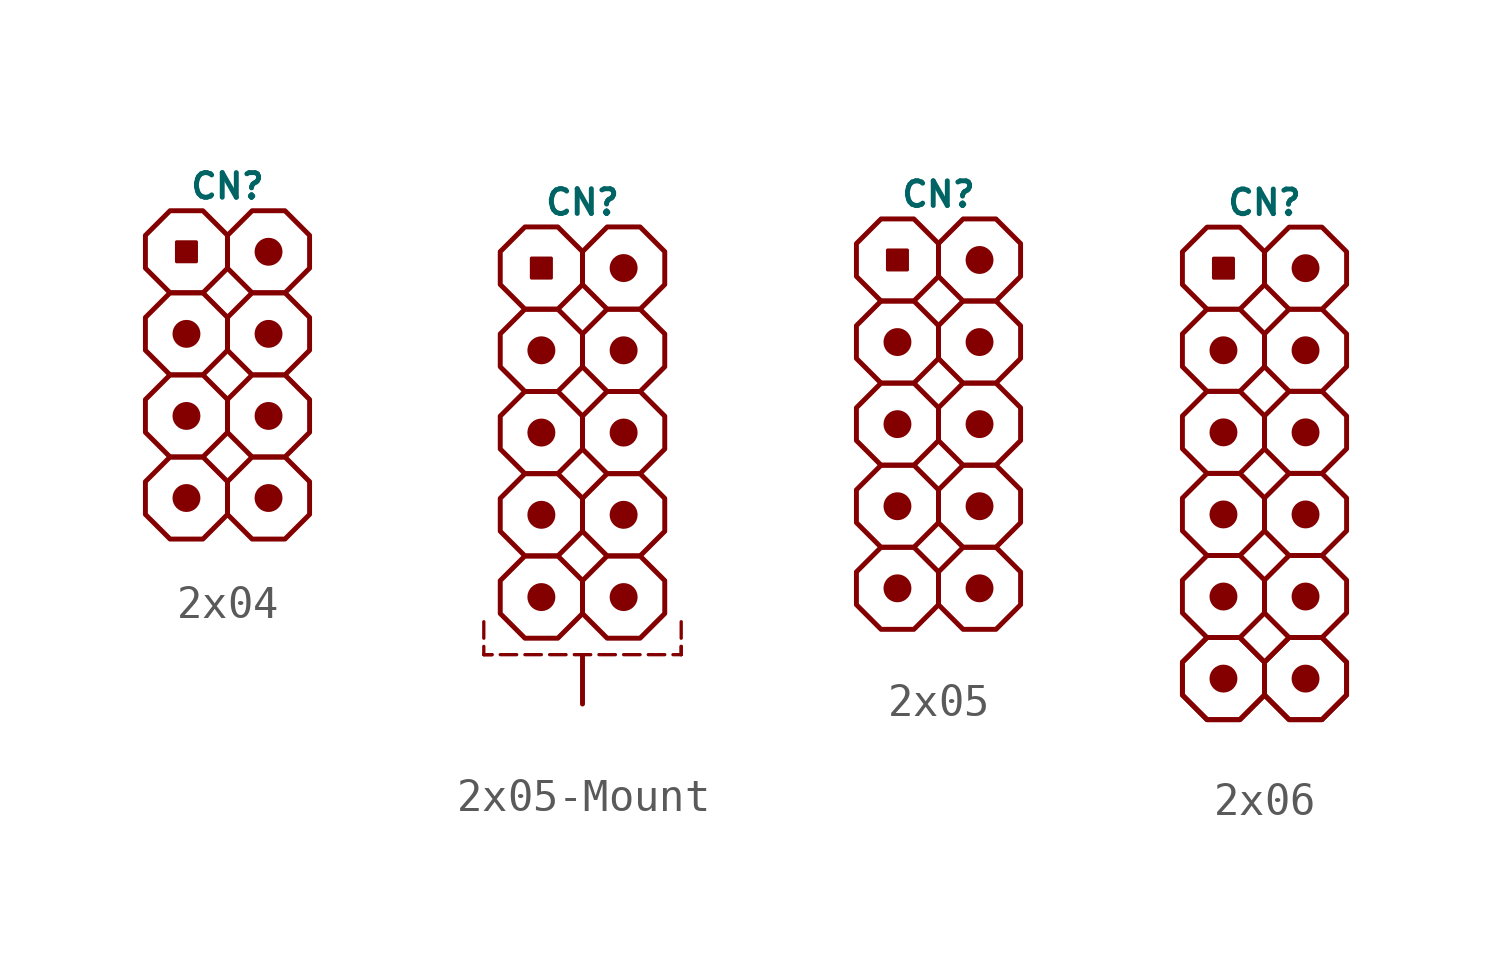
<source format=kicad_sym>
(kicad_symbol_lib
  (version 20220914)
  (generator kicad_symbol_editor)
  (symbol "2x04"
    (pin_numbers hide)
    (pin_names
      (offset 0) hide)
    (property "Reference" "CN"
      (at 0 5.842 0)
      (effects (font (size 0.762 0.762))))
    (symbol "2x04_0_1"
      (rectangle (start -1.575 4.115) (end -0.965 3.505) (stroke (width 0.102) (type solid)) (fill (type outline)))
      (circle (center -1.27 -3.81) (radius 0.356) (stroke (width 0) (type solid)) (fill (type outline)))
      (circle (center -1.27 -1.27) (radius 0.356) (stroke (width 0) (type solid)) (fill (type outline)))
      (circle (center -1.27 1.27) (radius 0.356) (stroke (width 0) (type solid)) (fill (type outline)))
      (polyline (pts (xy -1.27 -5.08) (xy -1.778 -5.08) (xy -2.54 -4.318) (xy -2.54 -3.302) (xy -1.778 -2.54) (xy -0.762 -2.54) (xy 0 -3.302) (xy 0 -4.318) (xy -0.762 -5.08) (xy -1.27 -5.08)) (stroke (width 0) (type solid)) (fill (type none)))
      (polyline (pts (xy -1.27 -2.54) (xy -1.778 -2.54) (xy -2.54 -1.778) (xy -2.54 -0.762) (xy -1.778 0) (xy -0.762 0) (xy 0 -0.762) (xy 0 -1.778) (xy -0.762 -2.54) (xy -1.27 -2.54)) (stroke (width 0) (type solid)) (fill (type none)))
      (polyline (pts (xy -1.27 0) (xy -1.778 0) (xy -2.54 0.762) (xy -2.54 1.778) (xy -1.778 2.54) (xy -0.762 2.54) (xy 0 1.778) (xy 0 0.762) (xy -0.762 0) (xy -1.27 0)) (stroke (width 0) (type solid)) (fill (type none)))
      (polyline (pts (xy -1.27 2.54) (xy -1.778 2.54) (xy -2.54 3.302) (xy -2.54 4.318) (xy -1.778 5.08) (xy -0.762 5.08) (xy 0 4.318) (xy 0 3.302) (xy -0.762 2.54) (xy -1.27 2.54)) (stroke (width 0) (type solid)) (fill (type none)))
      (polyline (pts (xy 1.27 -5.08) (xy 0.762 -5.08) (xy 0 -4.318) (xy 0 -3.302) (xy 0.762 -2.54) (xy 1.778 -2.54) (xy 2.54 -3.302) (xy 2.54 -4.318) (xy 1.778 -5.08) (xy 1.27 -5.08)) (stroke (width 0) (type solid)) (fill (type none)))
      (polyline (pts (xy 1.27 -2.54) (xy 0.762 -2.54) (xy 0 -1.778) (xy 0 -0.762) (xy 0.762 0) (xy 1.778 0) (xy 2.54 -0.762) (xy 2.54 -1.778) (xy 1.778 -2.54) (xy 1.27 -2.54)) (stroke (width 0) (type solid)) (fill (type none)))
      (polyline (pts (xy 1.27 0) (xy 0.762 0) (xy 0 0.762) (xy 0 1.778) (xy 0.762 2.54) (xy 1.778 2.54) (xy 2.54 1.778) (xy 2.54 0.762) (xy 1.778 0) (xy 1.27 0)) (stroke (width 0) (type solid)) (fill (type none)))
      (polyline (pts (xy 1.27 2.54) (xy 0.762 2.54) (xy 0 3.302) (xy 0 4.318) (xy 0.762 5.08) (xy 1.778 5.08) (xy 2.54 4.318) (xy 2.54 3.302) (xy 1.778 2.54) (xy 1.27 2.54)) (stroke (width 0) (type solid)) (fill (type none)))
      (circle (center 1.27 -3.81) (radius 0.356) (stroke (width 0) (type solid)) (fill (type outline)))
      (circle (center 1.27 -1.27) (radius 0.356) (stroke (width 0) (type solid)) (fill (type outline)))
      (circle (center 1.27 1.27) (radius 0.356) (stroke (width 0) (type solid)) (fill (type outline)))
      (circle (center 1.27 3.81) (radius 0.356) (stroke (width 0) (type solid)) (fill (type outline))))
    (symbol "2x04_1_1"
      (pin passive line (at -1.27 3.81 0) (length 0) (name "1" (effects (font (size 0.889 0.889)))) (number "1" (effects (font (size 0.889 0.889)))))
      (pin passive line (at 1.27 3.81 180) (length 0) (name "2" (effects (font (size 0.889 0.889)))) (number "2" (effects (font (size 0.889 0.889)))))
      (pin passive line (at -1.27 1.27 0) (length 0) (name "3" (effects (font (size 0.889 0.889)))) (number "3" (effects (font (size 0.889 0.889)))))
      (pin passive line (at 1.27 1.27 180) (length 0) (name "4" (effects (font (size 0.889 0.889)))) (number "4" (effects (font (size 0.889 0.889)))))
      (pin passive line (at -1.27 -1.27 0) (length 0) (name "5" (effects (font (size 0.889 0.889)))) (number "5" (effects (font (size 0.889 0.889)))))
      (pin passive line (at 1.27 -1.27 180) (length 0) (name "6" (effects (font (size 0.889 0.889)))) (number "6" (effects (font (size 0.889 0.889)))))
      (pin passive line (at -1.27 -3.81 0) (length 0) (name "7" (effects (font (size 0.889 0.889)))) (number "7" (effects (font (size 0.889 0.889)))))
      (pin passive line (at 1.27 -3.81 180) (length 0) (name "8" (effects (font (size 0.889 0.889)))) (number "8" (effects (font (size 0.889 0.889)))))))
  (symbol "2x05-Mount"
    (pin_numbers hide)
    (pin_names
      (offset 0) hide)
    (property "Reference" "CN"
      (at 0 7.112 0)
      (effects (font (size 0.762 0.762))))
    (symbol "2x05-Mount_0_1"
      (rectangle (start -1.575 5.385) (end -0.965 4.775) (stroke (width 0.102) (type solid)) (fill (type outline)))
      (circle (center -1.27 -5.08) (radius 0.356) (stroke (width 0) (type solid)) (fill (type outline)))
      (circle (center -1.27 -2.54) (radius 0.356) (stroke (width 0) (type solid)) (fill (type outline)))
      (circle (center -1.27 0) (radius 0.356) (stroke (width 0) (type solid)) (fill (type outline)))
      (circle (center -1.27 2.54) (radius 0.356) (stroke (width 0) (type solid)) (fill (type outline)))
      (polyline (pts (xy -1.27 -6.35) (xy -1.778 -6.35) (xy -2.54 -5.588) (xy -2.54 -4.572) (xy -1.778 -3.81) (xy -0.762 -3.81) (xy 0 -4.572) (xy 0 -5.588) (xy -0.762 -6.35) (xy -1.27 -6.35)) (stroke (width 0) (type solid)) (fill (type none)))
      (polyline (pts (xy -1.27 -3.81) (xy -1.778 -3.81) (xy -2.54 -3.048) (xy -2.54 -2.032) (xy -1.778 -1.27) (xy -0.762 -1.27) (xy 0 -2.032) (xy 0 -3.048) (xy -0.762 -3.81) (xy -1.27 -3.81)) (stroke (width 0) (type solid)) (fill (type none)))
      (polyline (pts (xy -1.27 -1.27) (xy -1.778 -1.27) (xy -2.54 -0.508) (xy -2.54 0.508) (xy -1.778 1.27) (xy -0.762 1.27) (xy 0 0.508) (xy 0 -0.508) (xy -0.762 -1.27) (xy -1.27 -1.27)) (stroke (width 0) (type solid)) (fill (type none)))
      (polyline (pts (xy -1.27 1.27) (xy -1.778 1.27) (xy -2.54 2.032) (xy -2.54 3.048) (xy -1.778 3.81) (xy -0.762 3.81) (xy 0 3.048) (xy 0 2.032) (xy -0.762 1.27) (xy -1.27 1.27)) (stroke (width 0) (type solid)) (fill (type none)))
      (polyline (pts (xy -1.27 3.81) (xy -1.778 3.81) (xy -2.54 4.572) (xy -2.54 5.588) (xy -1.778 6.35) (xy -0.762 6.35) (xy 0 5.588) (xy 0 4.572) (xy -0.762 3.81) (xy -1.27 3.81)) (stroke (width 0) (type solid)) (fill (type none)))
      (polyline (pts (xy 1.27 -6.35) (xy 0.762 -6.35) (xy 0 -5.588) (xy 0 -4.572) (xy 0.762 -3.81) (xy 1.778 -3.81) (xy 2.54 -4.572) (xy 2.54 -5.588) (xy 1.778 -6.35) (xy 1.27 -6.35)) (stroke (width 0) (type solid)) (fill (type none)))
      (polyline (pts (xy 1.27 -3.81) (xy 0.762 -3.81) (xy 0 -3.048) (xy 0 -2.032) (xy 0.762 -1.27) (xy 1.778 -1.27) (xy 2.54 -2.032) (xy 2.54 -3.048) (xy 1.778 -3.81) (xy 1.27 -3.81)) (stroke (width 0) (type solid)) (fill (type none)))
      (polyline (pts (xy 1.27 -1.27) (xy 0.762 -1.27) (xy 0 -0.508) (xy 0 0.508) (xy 0.762 1.27) (xy 1.778 1.27) (xy 2.54 0.508) (xy 2.54 -0.508) (xy 1.778 -1.27) (xy 1.27 -1.27)) (stroke (width 0) (type solid)) (fill (type none)))
      (polyline (pts (xy 1.27 1.27) (xy 0.762 1.27) (xy 0 2.032) (xy 0 3.048) (xy 0.762 3.81) (xy 1.778 3.81) (xy 2.54 3.048) (xy 2.54 2.032) (xy 1.778 1.27) (xy 1.27 1.27)) (stroke (width 0) (type solid)) (fill (type none)))
      (polyline (pts (xy 1.27 3.81) (xy 0.762 3.81) (xy 0 4.572) (xy 0 5.588) (xy 0.762 6.35) (xy 1.778 6.35) (xy 2.54 5.588) (xy 2.54 4.572) (xy 1.778 3.81) (xy 1.27 3.81)) (stroke (width 0) (type solid)) (fill (type none)))
      (circle (center 1.27 -5.08) (radius 0.356) (stroke (width 0) (type solid)) (fill (type outline)))
      (circle (center 1.27 -2.54) (radius 0.356) (stroke (width 0) (type solid)) (fill (type outline)))
      (circle (center 1.27 0) (radius 0.356) (stroke (width 0) (type solid)) (fill (type outline)))
      (circle (center 1.27 2.54) (radius 0.356) (stroke (width 0) (type solid)) (fill (type outline)))
      (circle (center 1.27 5.08) (radius 0.356) (stroke (width 0) (type solid)) (fill (type outline))))
    (symbol "2x05-Mount_1_1"
      (polyline (pts (xy -3.048 -6.858) (xy -3.048 -6.604)) (stroke (width 0.102) (type solid)) (fill (type none)))
      (polyline (pts (xy -3.048 -6.858) (xy -2.794 -6.858)) (stroke (width 0.102) (type solid)) (fill (type none)))
      (polyline (pts (xy -3.048 -6.858) (xy -2.794 -6.858)) (stroke (width 0.102) (type solid)) (fill (type none)))
      (polyline (pts (xy -3.048 -6.35) (xy -3.048 -5.842)) (stroke (width 0.102) (type solid)) (fill (type none)))
      (polyline (pts (xy -2.54 -6.858) (xy -2.032 -6.858)) (stroke (width 0.102) (type solid)) (fill (type none)))
      (polyline (pts (xy -1.778 -6.858) (xy -1.27 -6.858)) (stroke (width 0.102) (type solid)) (fill (type none)))
      (polyline (pts (xy -1.016 -6.858) (xy -0.508 -6.858)) (stroke (width 0.102) (type solid)) (fill (type none)))
      (polyline (pts (xy -0.254 -6.858) (xy 0.254 -6.858)) (stroke (width 0.102) (type solid)) (fill (type none)))
      (polyline (pts (xy 0.508 -6.858) (xy 1.016 -6.858)) (stroke (width 0.102) (type solid)) (fill (type none)))
      (polyline (pts (xy 1.27 -6.858) (xy 1.778 -6.858)) (stroke (width 0.102) (type solid)) (fill (type none)))
      (polyline (pts (xy 2.032 -6.858) (xy 2.54 -6.858)) (stroke (width 0.102) (type solid)) (fill (type none)))
      (polyline (pts (xy 3.048 -6.858) (xy 2.794 -6.858)) (stroke (width 0.102) (type solid)) (fill (type none)))
      (polyline (pts (xy 3.048 -6.858) (xy 3.048 -6.604)) (stroke (width 0.102) (type solid)) (fill (type none)))
      (polyline (pts (xy 3.048 -6.858) (xy 3.048 -6.604)) (stroke (width 0.102) (type solid)) (fill (type none)))
      (polyline (pts (xy 3.048 -6.35) (xy 3.048 -5.842)) (stroke (width 0.102) (type solid)) (fill (type none)))
      (pin passive line (at 0 -8.382 90) (length 1.473) (name "0" (effects (font (size 0.762 0.762)))) (number "0" (effects (font (size 0.762 0.762)))))
      (pin passive line (at -1.27 5.08 0) (length 0) (name "1" (effects (font (size 0.889 0.889)))) (number "1" (effects (font (size 0.889 0.889)))))
      (pin passive line (at 1.27 -5.08 180) (length 0) (name "10" (effects (font (size 0.889 0.889)))) (number "10" (effects (font (size 0.889 0.889)))))
      (pin passive line (at 1.27 5.08 180) (length 0) (name "2" (effects (font (size 0.889 0.889)))) (number "2" (effects (font (size 0.889 0.889)))))
      (pin passive line (at -1.27 2.54 0) (length 0) (name "3" (effects (font (size 0.889 0.889)))) (number "3" (effects (font (size 0.889 0.889)))))
      (pin passive line (at 1.27 2.54 180) (length 0) (name "4" (effects (font (size 0.889 0.889)))) (number "4" (effects (font (size 0.889 0.889)))))
      (pin passive line (at -1.27 0 0) (length 0) (name "5" (effects (font (size 0.889 0.889)))) (number "5" (effects (font (size 0.889 0.889)))))
      (pin passive line (at 1.27 0 180) (length 0) (name "6" (effects (font (size 0.889 0.889)))) (number "6" (effects (font (size 0.889 0.889)))))
      (pin passive line (at -1.27 -2.54 0) (length 0) (name "7" (effects (font (size 0.889 0.889)))) (number "7" (effects (font (size 0.889 0.889)))))
      (pin passive line (at 1.27 -2.54 180) (length 0) (name "8" (effects (font (size 0.889 0.889)))) (number "8" (effects (font (size 0.889 0.889)))))
      (pin passive line (at -1.27 -5.08 0) (length 0) (name "9" (effects (font (size 0.889 0.889)))) (number "9" (effects (font (size 0.889 0.889)))))))
  (symbol "2x05"
    (pin_numbers hide)
    (pin_names
      (offset 0) hide)
    (property "Reference" "CN"
      (at 0 7.112 0)
      (effects (font (size 0.762 0.762))))
    (symbol "2x05_0_1"
      (rectangle (start -1.575 5.385) (end -0.965 4.775) (stroke (width 0.102) (type solid)) (fill (type outline)))
      (circle (center -1.27 -5.08) (radius 0.356) (stroke (width 0) (type solid)) (fill (type outline)))
      (circle (center -1.27 -2.54) (radius 0.356) (stroke (width 0) (type solid)) (fill (type outline)))
      (circle (center -1.27 0) (radius 0.356) (stroke (width 0) (type solid)) (fill (type outline)))
      (circle (center -1.27 2.54) (radius 0.356) (stroke (width 0) (type solid)) (fill (type outline)))
      (polyline (pts (xy -1.27 -6.35) (xy -1.778 -6.35) (xy -2.54 -5.588) (xy -2.54 -4.572) (xy -1.778 -3.81) (xy -0.762 -3.81) (xy 0 -4.572) (xy 0 -5.588) (xy -0.762 -6.35) (xy -1.27 -6.35)) (stroke (width 0) (type solid)) (fill (type none)))
      (polyline (pts (xy -1.27 -3.81) (xy -1.778 -3.81) (xy -2.54 -3.048) (xy -2.54 -2.032) (xy -1.778 -1.27) (xy -0.762 -1.27) (xy 0 -2.032) (xy 0 -3.048) (xy -0.762 -3.81) (xy -1.27 -3.81)) (stroke (width 0) (type solid)) (fill (type none)))
      (polyline (pts (xy -1.27 -1.27) (xy -1.778 -1.27) (xy -2.54 -0.508) (xy -2.54 0.508) (xy -1.778 1.27) (xy -0.762 1.27) (xy 0 0.508) (xy 0 -0.508) (xy -0.762 -1.27) (xy -1.27 -1.27)) (stroke (width 0) (type solid)) (fill (type none)))
      (polyline (pts (xy -1.27 1.27) (xy -1.778 1.27) (xy -2.54 2.032) (xy -2.54 3.048) (xy -1.778 3.81) (xy -0.762 3.81) (xy 0 3.048) (xy 0 2.032) (xy -0.762 1.27) (xy -1.27 1.27)) (stroke (width 0) (type solid)) (fill (type none)))
      (polyline (pts (xy -1.27 3.81) (xy -1.778 3.81) (xy -2.54 4.572) (xy -2.54 5.588) (xy -1.778 6.35) (xy -0.762 6.35) (xy 0 5.588) (xy 0 4.572) (xy -0.762 3.81) (xy -1.27 3.81)) (stroke (width 0) (type solid)) (fill (type none)))
      (polyline (pts (xy 1.27 -6.35) (xy 0.762 -6.35) (xy 0 -5.588) (xy 0 -4.572) (xy 0.762 -3.81) (xy 1.778 -3.81) (xy 2.54 -4.572) (xy 2.54 -5.588) (xy 1.778 -6.35) (xy 1.27 -6.35)) (stroke (width 0) (type solid)) (fill (type none)))
      (polyline (pts (xy 1.27 -3.81) (xy 0.762 -3.81) (xy 0 -3.048) (xy 0 -2.032) (xy 0.762 -1.27) (xy 1.778 -1.27) (xy 2.54 -2.032) (xy 2.54 -3.048) (xy 1.778 -3.81) (xy 1.27 -3.81)) (stroke (width 0) (type solid)) (fill (type none)))
      (polyline (pts (xy 1.27 -1.27) (xy 0.762 -1.27) (xy 0 -0.508) (xy 0 0.508) (xy 0.762 1.27) (xy 1.778 1.27) (xy 2.54 0.508) (xy 2.54 -0.508) (xy 1.778 -1.27) (xy 1.27 -1.27)) (stroke (width 0) (type solid)) (fill (type none)))
      (polyline (pts (xy 1.27 1.27) (xy 0.762 1.27) (xy 0 2.032) (xy 0 3.048) (xy 0.762 3.81) (xy 1.778 3.81) (xy 2.54 3.048) (xy 2.54 2.032) (xy 1.778 1.27) (xy 1.27 1.27)) (stroke (width 0) (type solid)) (fill (type none)))
      (polyline (pts (xy 1.27 3.81) (xy 0.762 3.81) (xy 0 4.572) (xy 0 5.588) (xy 0.762 6.35) (xy 1.778 6.35) (xy 2.54 5.588) (xy 2.54 4.572) (xy 1.778 3.81) (xy 1.27 3.81)) (stroke (width 0) (type solid)) (fill (type none)))
      (circle (center 1.27 -5.08) (radius 0.356) (stroke (width 0) (type solid)) (fill (type outline)))
      (circle (center 1.27 -2.54) (radius 0.356) (stroke (width 0) (type solid)) (fill (type outline)))
      (circle (center 1.27 0) (radius 0.356) (stroke (width 0) (type solid)) (fill (type outline)))
      (circle (center 1.27 2.54) (radius 0.356) (stroke (width 0) (type solid)) (fill (type outline)))
      (circle (center 1.27 5.08) (radius 0.356) (stroke (width 0) (type solid)) (fill (type outline))))
    (symbol "2x05_1_1"
      (pin passive line (at -1.27 5.08 0) (length 0) (name "1" (effects (font (size 0.889 0.889)))) (number "1" (effects (font (size 0.889 0.889)))))
      (pin passive line (at 1.27 -5.08 180) (length 0) (name "10" (effects (font (size 0.889 0.889)))) (number "10" (effects (font (size 0.889 0.889)))))
      (pin passive line (at 1.27 5.08 180) (length 0) (name "2" (effects (font (size 0.889 0.889)))) (number "2" (effects (font (size 0.889 0.889)))))
      (pin passive line (at -1.27 2.54 0) (length 0) (name "3" (effects (font (size 0.889 0.889)))) (number "3" (effects (font (size 0.889 0.889)))))
      (pin passive line (at 1.27 2.54 180) (length 0) (name "4" (effects (font (size 0.889 0.889)))) (number "4" (effects (font (size 0.889 0.889)))))
      (pin passive line (at -1.27 0 0) (length 0) (name "5" (effects (font (size 0.889 0.889)))) (number "5" (effects (font (size 0.889 0.889)))))
      (pin passive line (at 1.27 0 180) (length 0) (name "6" (effects (font (size 0.889 0.889)))) (number "6" (effects (font (size 0.889 0.889)))))
      (pin passive line (at -1.27 -2.54 0) (length 0) (name "7" (effects (font (size 0.889 0.889)))) (number "7" (effects (font (size 0.889 0.889)))))
      (pin passive line (at 1.27 -2.54 180) (length 0) (name "8" (effects (font (size 0.889 0.889)))) (number "8" (effects (font (size 0.889 0.889)))))
      (pin passive line (at -1.27 -5.08 0) (length 0) (name "9" (effects (font (size 0.889 0.889)))) (number "9" (effects (font (size 0.889 0.889)))))))
  (symbol "2x06"
    (pin_numbers hide)
    (pin_names
      (offset 0) hide)
    (property "Reference" "CN"
      (at 0 8.382 0)
      (effects (font (size 0.762 0.762))))
    (symbol "2x06_0_1"
      (rectangle (start -1.575 6.655) (end -0.965 6.045) (stroke (width 0.102) (type solid)) (fill (type outline)))
      (circle (center -1.27 -6.35) (radius 0.356) (stroke (width 0) (type solid)) (fill (type outline)))
      (circle (center -1.27 -3.81) (radius 0.356) (stroke (width 0) (type solid)) (fill (type outline)))
      (circle (center -1.27 -1.27) (radius 0.356) (stroke (width 0) (type solid)) (fill (type outline)))
      (circle (center -1.27 1.27) (radius 0.356) (stroke (width 0) (type solid)) (fill (type outline)))
      (circle (center -1.27 3.81) (radius 0.356) (stroke (width 0) (type solid)) (fill (type outline)))
      (polyline (pts (xy -1.27 -7.62) (xy -1.778 -7.62) (xy -2.54 -6.858) (xy -2.54 -5.842) (xy -1.778 -5.08) (xy -0.762 -5.08) (xy 0 -5.842) (xy 0 -6.858) (xy -0.762 -7.62) (xy -1.27 -7.62)) (stroke (width 0) (type solid)) (fill (type none)))
      (polyline (pts (xy -1.27 -7.62) (xy -1.778 -7.62) (xy -2.54 -6.858) (xy -2.54 -5.842) (xy -1.778 -5.08) (xy -0.762 -5.08) (xy 0 -5.842) (xy 0 -6.858) (xy -0.762 -7.62) (xy -1.27 -7.62)) (stroke (width 0) (type solid)) (fill (type none)))
      (polyline (pts (xy -1.27 -5.08) (xy -1.778 -5.08) (xy -2.54 -4.318) (xy -2.54 -3.302) (xy -1.778 -2.54) (xy -0.762 -2.54) (xy 0 -3.302) (xy 0 -4.318) (xy -0.762 -5.08) (xy -1.27 -5.08)) (stroke (width 0) (type solid)) (fill (type none)))
      (polyline (pts (xy -1.27 -2.54) (xy -1.778 -2.54) (xy -2.54 -1.778) (xy -2.54 -0.762) (xy -1.778 0) (xy -0.762 0) (xy 0 -0.762) (xy 0 -1.778) (xy -0.762 -2.54) (xy -1.27 -2.54)) (stroke (width 0) (type solid)) (fill (type none)))
      (polyline (pts (xy -1.27 0) (xy -1.778 0) (xy -2.54 0.762) (xy -2.54 1.778) (xy -1.778 2.54) (xy -0.762 2.54) (xy 0 1.778) (xy 0 0.762) (xy -0.762 0) (xy -1.27 0)) (stroke (width 0) (type solid)) (fill (type none)))
      (polyline (pts (xy -1.27 2.54) (xy -1.778 2.54) (xy -2.54 3.302) (xy -2.54 4.318) (xy -1.778 5.08) (xy -0.762 5.08) (xy 0 4.318) (xy 0 3.302) (xy -0.762 2.54) (xy -1.27 2.54)) (stroke (width 0) (type solid)) (fill (type none)))
      (polyline (pts (xy -1.27 5.08) (xy -1.778 5.08) (xy -2.54 5.842) (xy -2.54 6.858) (xy -1.778 7.62) (xy -0.762 7.62) (xy 0 6.858) (xy 0 5.842) (xy -0.762 5.08) (xy -1.27 5.08)) (stroke (width 0) (type solid)) (fill (type none)))
      (polyline (pts (xy 1.27 -7.62) (xy 0.762 -7.62) (xy 0 -6.858) (xy 0 -5.842) (xy 0.762 -5.08) (xy 1.778 -5.08) (xy 2.54 -5.842) (xy 2.54 -6.858) (xy 1.778 -7.62) (xy 1.27 -7.62)) (stroke (width 0) (type solid)) (fill (type none)))
      (polyline (pts (xy 1.27 -7.62) (xy 0.762 -7.62) (xy 0 -6.858) (xy 0 -5.842) (xy 0.762 -5.08) (xy 1.778 -5.08) (xy 2.54 -5.842) (xy 2.54 -6.858) (xy 1.778 -7.62) (xy 1.27 -7.62)) (stroke (width 0) (type solid)) (fill (type none)))
      (polyline (pts (xy 1.27 -5.08) (xy 0.762 -5.08) (xy 0 -4.318) (xy 0 -3.302) (xy 0.762 -2.54) (xy 1.778 -2.54) (xy 2.54 -3.302) (xy 2.54 -4.318) (xy 1.778 -5.08) (xy 1.27 -5.08)) (stroke (width 0) (type solid)) (fill (type none)))
      (polyline (pts (xy 1.27 -2.54) (xy 0.762 -2.54) (xy 0 -1.778) (xy 0 -0.762) (xy 0.762 0) (xy 1.778 0) (xy 2.54 -0.762) (xy 2.54 -1.778) (xy 1.778 -2.54) (xy 1.27 -2.54)) (stroke (width 0) (type solid)) (fill (type none)))
      (polyline (pts (xy 1.27 0) (xy 0.762 0) (xy 0 0.762) (xy 0 1.778) (xy 0.762 2.54) (xy 1.778 2.54) (xy 2.54 1.778) (xy 2.54 0.762) (xy 1.778 0) (xy 1.27 0)) (stroke (width 0) (type solid)) (fill (type none)))
      (polyline (pts (xy 1.27 2.54) (xy 0.762 2.54) (xy 0 3.302) (xy 0 4.318) (xy 0.762 5.08) (xy 1.778 5.08) (xy 2.54 4.318) (xy 2.54 3.302) (xy 1.778 2.54) (xy 1.27 2.54)) (stroke (width 0) (type solid)) (fill (type none)))
      (polyline (pts (xy 1.27 5.08) (xy 0.762 5.08) (xy 0 5.842) (xy 0 6.858) (xy 0.762 7.62) (xy 1.778 7.62) (xy 2.54 6.858) (xy 2.54 5.842) (xy 1.778 5.08) (xy 1.27 5.08)) (stroke (width 0) (type solid)) (fill (type none)))
      (circle (center 1.27 -6.35) (radius 0.356) (stroke (width 0) (type solid)) (fill (type outline)))
      (circle (center 1.27 -3.81) (radius 0.356) (stroke (width 0) (type solid)) (fill (type outline)))
      (circle (center 1.27 -1.27) (radius 0.356) (stroke (width 0) (type solid)) (fill (type outline)))
      (circle (center 1.27 1.27) (radius 0.356) (stroke (width 0) (type solid)) (fill (type outline)))
      (circle (center 1.27 3.81) (radius 0.356) (stroke (width 0) (type solid)) (fill (type outline)))
      (circle (center 1.27 6.35) (radius 0.356) (stroke (width 0) (type solid)) (fill (type outline))))
    (symbol "2x06_1_1"
      (pin passive line (at -1.27 6.35 0) (length 0) (name "1" (effects (font (size 0.889 0.889)))) (number "1" (effects (font (size 0.889 0.889)))))
      (pin passive line (at 1.27 -3.81 180) (length 0) (name "10" (effects (font (size 0.889 0.889)))) (number "10" (effects (font (size 0.889 0.889)))))
      (pin passive line (at -1.27 -6.35 0) (length 0) (name "11" (effects (font (size 0.889 0.889)))) (number "11" (effects (font (size 0.889 0.889)))))
      (pin passive line (at 1.27 -6.35 180) (length 0) (name "12" (effects (font (size 0.889 0.889)))) (number "12" (effects (font (size 0.889 0.889)))))
      (pin passive line (at 1.27 6.35 180) (length 0) (name "2" (effects (font (size 0.889 0.889)))) (number "2" (effects (font (size 0.889 0.889)))))
      (pin passive line (at -1.27 3.81 0) (length 0) (name "3" (effects (font (size 0.889 0.889)))) (number "3" (effects (font (size 0.889 0.889)))))
      (pin passive line (at 1.27 3.81 180) (length 0) (name "4" (effects (font (size 0.889 0.889)))) (number "4" (effects (font (size 0.889 0.889)))))
      (pin passive line (at -1.27 1.27 0) (length 0) (name "5" (effects (font (size 0.889 0.889)))) (number "5" (effects (font (size 0.889 0.889)))))
      (pin passive line (at 1.27 1.27 180) (length 0) (name "6" (effects (font (size 0.889 0.889)))) (number "6" (effects (font (size 0.889 0.889)))))
      (pin passive line (at -1.27 -1.27 0) (length 0) (name "7" (effects (font (size 0.889 0.889)))) (number "7" (effects (font (size 0.889 0.889)))))
      (pin passive line (at 1.27 -1.27 180) (length 0) (name "8" (effects (font (size 0.889 0.889)))) (number "8" (effects (font (size 0.889 0.889)))))
      (pin passive line (at -1.27 -3.81 0) (length 0) (name "9" (effects (font (size 0.889 0.889)))) (number "9" (effects (font (size 0.889 0.889))))))))
</source>
